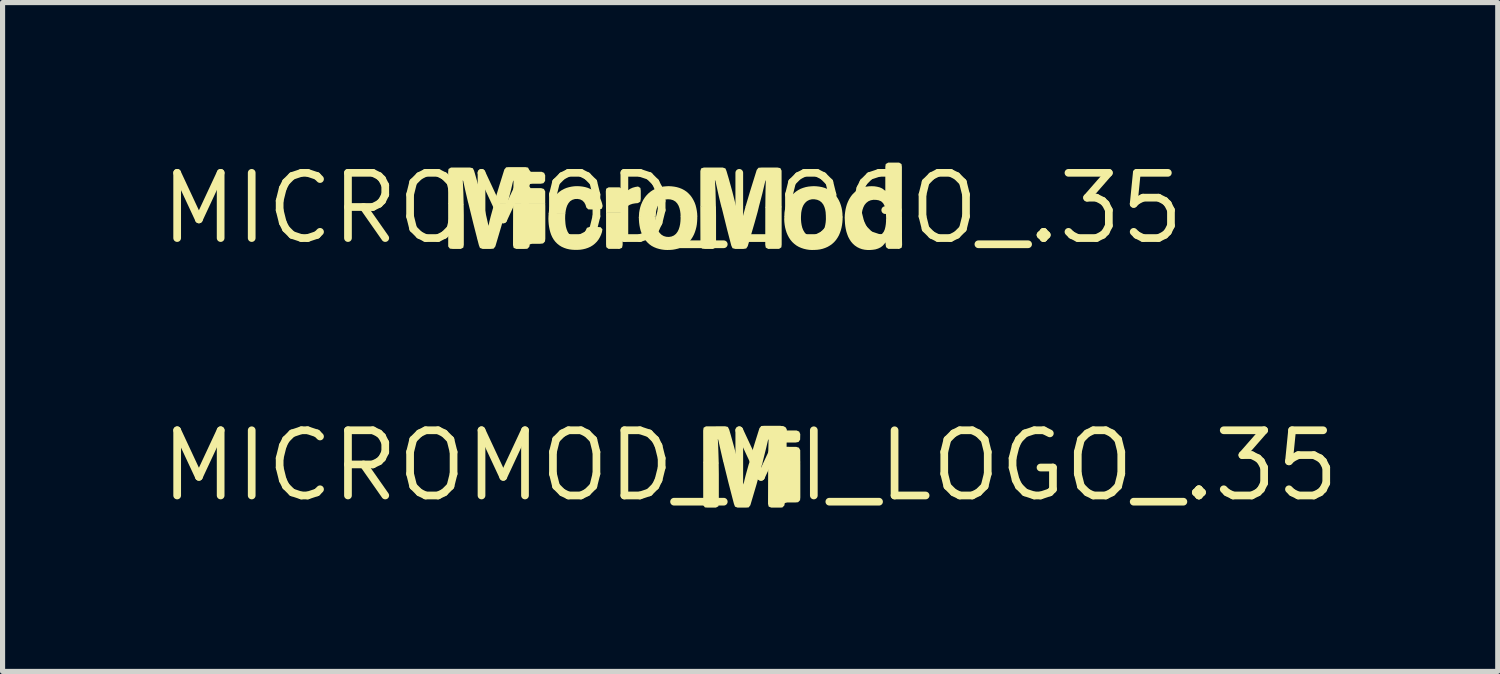
<source format=kicad_pcb>
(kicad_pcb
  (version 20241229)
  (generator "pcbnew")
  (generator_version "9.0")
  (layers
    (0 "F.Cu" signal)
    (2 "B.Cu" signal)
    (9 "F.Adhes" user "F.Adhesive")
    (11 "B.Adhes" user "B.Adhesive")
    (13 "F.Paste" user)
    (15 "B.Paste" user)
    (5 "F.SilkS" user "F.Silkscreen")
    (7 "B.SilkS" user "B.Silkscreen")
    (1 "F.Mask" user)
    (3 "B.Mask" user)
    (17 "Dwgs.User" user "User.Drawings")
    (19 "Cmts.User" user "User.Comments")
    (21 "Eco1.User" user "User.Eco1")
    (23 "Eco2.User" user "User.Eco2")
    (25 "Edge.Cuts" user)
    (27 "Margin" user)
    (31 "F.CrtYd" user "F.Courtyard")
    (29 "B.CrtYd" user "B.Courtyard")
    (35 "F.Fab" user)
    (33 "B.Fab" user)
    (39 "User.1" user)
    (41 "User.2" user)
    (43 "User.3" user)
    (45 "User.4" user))
  (footprint "MICROMOD_MI_LOGO_.35"
    (layer "F.Cu")
    (at 11.558 6.019)
    (property "Reference" "MICROMOD_MI_LOGO_.35" (at 0 0 0) (layer "F.SilkS") (effects (font (size 1.27 1.27) (thickness 0.15))))
    (fp_poly (pts (xy -0.613 -0.051) (xy -0.61 0.161) (xy -0.61 0.738) (xy -0.62 0.792) (xy -0.668 0.816) (xy -0.826 0.816) (xy -0.881 0.812) (xy -0.914 0.769) (xy -0.915 -0.076) (xy -0.646 -0.076)) (stroke (width 0) (type default)) (fill yes) (layer "F.SilkS"))
    (fp_poly (pts (xy 0.389 -0.076) (xy 0.976 -0.076) (xy 0.977 -0.018) (xy 0.977 0.617) (xy 0.972 0.672) (xy 0.933 0.711) (xy 0.879 0.716) (xy 0.72 0.716) (xy 0.675 0.727) (xy 0.665 0.776) (xy 0.626 0.814) (xy 0.572 0.816) (xy 0.412 0.816) (xy 0.361 0.796) (xy 0.348 0.743) (xy 0.351 -0.082)) (stroke (width 0) (type default)) (fill yes) (layer "F.SilkS"))
    (fp_poly (pts (xy -0.434 -0.755) (xy -0.409 -0.706) (xy -0.379 -0.603) (xy -0.308 -0.348) (xy -0.235 -0.071) (xy -0.274 -0.065) (xy -0.488 -0.065) (xy -0.527 -0.089) (xy -0.587 -0.35) (xy -0.621 -0.504) (xy -0.63 -0.522) (xy -0.625 -0.438) (xy -0.619 -0.279) (xy -0.614 -0.12) (xy -0.612 -0.044) (xy -0.888 -0.065) (xy -0.914 -0.065) (xy -0.915 -0.685) (xy -0.907 -0.74) (xy -0.86 -0.767) (xy -0.487 -0.768)) (stroke (width 0) (type default)) (fill yes) (layer "F.SilkS"))
    (fp_poly (pts (xy -0.235 -0.075) (xy -0.219 -0.021) (xy -0.194 0.082) (xy -0.129 0.367) (xy -0.112 0.285) (xy -0.086 0.182) (xy -0.029 -0.023) (xy -0.011 -0.076) (xy 0.207 -0.076) (xy 0.239 -0.054) (xy 0.125 0.36) (xy 0.004 0.769) (xy -0.029 0.812) (xy -0.084 0.816) (xy -0.245 0.816) (xy -0.295 0.797) (xy -0.315 0.745) (xy -0.342 0.642) (xy -0.422 0.333) (xy -0.511 -0.028) (xy -0.527 -0.093)) (stroke (width 0) (type default)) (fill yes) (layer "F.SilkS"))
    (fp_poly (pts (xy 0.642 -0.767) (xy 0.665 -0.719) (xy 0.694 -0.686) (xy 0.904 -0.686) (xy 0.955 -0.665) (xy 0.976 -0.615) (xy 0.973 -0.506) (xy 0.941 -0.462) (xy 0.887 -0.452) (xy 0.728 -0.452) (xy 0.68 -0.448) (xy 0.666 -0.405) (xy 0.688 -0.368) (xy 0.897 -0.367) (xy 0.949 -0.351) (xy 0.975 -0.303) (xy 0.976 -0.068) (xy 0.937 -0.066) (xy 0.35 -0.066) (xy 0.353 -0.282) (xy 0.358 -0.493) (xy 0.357 -0.518) (xy 0.347 -0.495) (xy 0.311 -0.341) (xy 0.236 -0.041) (xy 0.198 -0.066) (xy -0.012 -0.071) (xy -0.001 -0.128) (xy 0.009 -0.174) (xy 0.086 -0.428) (xy 0.181 -0.731) (xy 0.216 -0.773) (xy 0.27 -0.777) (xy 0.588 -0.777)) (stroke (width 0) (type default)) (fill yes) (layer "F.SilkS")))
  (footprint "MICROMOD_LOGO_.35"
    (layer "F.Cu")
    (at 10.046 1.006)
    (property "Reference" "MICROMOD_LOGO_.35" (at 0 0 0) (layer "F.SilkS") (effects (font (size 1.27 1.27) (thickness 0.15))))
    (fp_poly (pts (xy 2.126 0.706) (xy 2.12 0.76) (xy 2.076 0.79) (xy 1.864 0.791) (xy 1.816 0.766) (xy 1.806 0.712) (xy 1.807 -0.026) (xy 1.858 -0.033) (xy 2.125 -0.033)) (stroke (width 0) (type default)) (fill yes) (layer "F.SilkS"))
    (fp_poly (pts (xy -4.067 -0.076) (xy -4.064 0.136) (xy -4.064 0.713) (xy -4.074 0.766) (xy -4.122 0.791) (xy -4.281 0.791) (xy -4.335 0.786) (xy -4.368 0.744) (xy -4.369 -0.101) (xy -4.1 -0.101)) (stroke (width 0) (type default)) (fill yes) (layer "F.SilkS"))
    (fp_poly (pts (xy 0.577 -0.033) (xy 0.846 -0.033) (xy 0.848 0.131) (xy 0.848 0.714) (xy 0.838 0.767) (xy 0.789 0.791) (xy 0.629 0.791) (xy 0.574 0.785) (xy 0.544 0.74) (xy 0.541 -0.045)) (stroke (width 0) (type default)) (fill yes) (layer "F.SilkS"))
    (fp_poly (pts (xy -0.963 0.134) (xy -0.969 0.187) (xy -0.971 0.239) (xy -0.971 0.715) (xy -0.983 0.769) (xy -1.032 0.791) (xy -1.247 0.79) (xy -1.29 0.757) (xy -1.294 0.702) (xy -1.294 0.12) (xy -1.279 0.077) (xy -0.952 0.077)) (stroke (width 0) (type default)) (fill yes) (layer "F.SilkS"))
    (fp_poly (pts (xy -3.065 -0.101) (xy -2.479 -0.101) (xy -2.477 -0.043) (xy -2.477 0.592) (xy -2.483 0.646) (xy -2.521 0.685) (xy -2.576 0.691) (xy -2.734 0.691) (xy -2.779 0.702) (xy -2.789 0.751) (xy -2.828 0.789) (xy -2.883 0.791) (xy -3.043 0.791) (xy -3.093 0.771) (xy -3.106 0.718) (xy -3.104 -0.107)) (stroke (width 0) (type default)) (fill yes) (layer "F.SilkS"))
    (fp_poly (pts (xy 2.1 -0.782) (xy 2.124 -0.733) (xy 2.125 -0.019) (xy 2.084 -0.022) (xy 1.822 -0.022) (xy 1.807 -0.009) (xy 1.811 -0.335) (xy 1.816 -0.541) (xy 1.809 -0.54) (xy 1.749 -0.286) (xy 1.681 -0.027) (xy 1.628 -0.022) (xy 1.468 -0.022) (xy 1.422 -0.033) (xy 1.514 -0.342) (xy 1.64 -0.747) (xy 1.674 -0.789) (xy 1.729 -0.793) (xy 2.047 -0.793)) (stroke (width 0) (type default)) (fill yes) (layer "F.SilkS"))
    (fp_poly (pts (xy 1.03 -0.776) (xy 1.051 -0.726) (xy 1.096 -0.574) (xy 1.166 -0.321) (xy 1.243 -0.017) (xy 1.221 -0.023) (xy 0.955 -0.023) (xy 0.94 -0.076) (xy 0.903 -0.229) (xy 0.835 -0.536) (xy 0.826 -0.547) (xy 0.837 -0.354) (xy 0.845 -0.021) (xy 0.797 -0.023) (xy 0.586 -0.023) (xy 0.542 -0.037) (xy 0.542 -0.725) (xy 0.558 -0.777) (xy 0.609 -0.793) (xy 0.979 -0.793)) (stroke (width 0) (type default)) (fill yes) (layer "F.SilkS"))
    (fp_poly (pts (xy -3.888 -0.78) (xy -3.864 -0.731) (xy -3.834 -0.629) (xy -3.762 -0.373) (xy -3.69 -0.096) (xy -3.728 -0.091) (xy -3.942 -0.091) (xy -3.981 -0.114) (xy -4.042 -0.375) (xy -4.075 -0.53) (xy -4.085 -0.547) (xy -4.08 -0.463) (xy -4.073 -0.304) (xy -4.069 -0.145) (xy -4.067 -0.07) (xy -4.342 -0.091) (xy -4.369 -0.09) (xy -4.369 -0.711) (xy -4.362 -0.765) (xy -4.315 -0.793) (xy -3.941 -0.793)) (stroke (width 0) (type default)) (fill yes) (layer "F.SilkS"))
    (fp_poly (pts (xy -3.69 -0.101) (xy -3.673 -0.046) (xy -3.648 0.057) (xy -3.583 0.342) (xy -3.566 0.26) (xy -3.54 0.157) (xy -3.483 -0.048) (xy -3.466 -0.101) (xy -3.248 -0.101) (xy -3.215 -0.079) (xy -3.329 0.334) (xy -3.45 0.743) (xy -3.484 0.786) (xy -3.538 0.791) (xy -3.699 0.791) (xy -3.75 0.772) (xy -3.77 0.72) (xy -3.797 0.617) (xy -3.876 0.308) (xy -3.965 -0.054) (xy -3.981 -0.119)) (stroke (width 0) (type default)) (fill yes) (layer "F.SilkS"))
    (fp_poly (pts (xy 1.466 -0.033) (xy 1.683 -0.033) (xy 1.656 0.076) (xy 1.599 0.28) (xy 1.465 0.738) (xy 1.435 0.783) (xy 1.381 0.791) (xy 1.221 0.791) (xy 1.168 0.777) (xy 1.145 0.727) (xy 1.065 0.42) (xy 0.976 0.06) (xy 0.953 -0.032) (xy 0.976 -0.033) (xy 1.188 -0.033) (xy 1.242 -0.028) (xy 1.291 0.181) (xy 1.324 0.335) (xy 1.328 0.337) (xy 1.337 0.292) (xy 1.362 0.189) (xy 1.426 -0.047)) (stroke (width 0) (type default)) (fill yes) (layer "F.SilkS"))
    (fp_poly (pts (xy -0.625 -0.396) (xy -0.618 -0.341) (xy -0.618 -0.182) (xy -0.627 -0.128) (xy -0.674 -0.101) (xy -0.727 -0.096) (xy -0.779 -0.087) (xy -0.828 -0.07) (xy -0.873 -0.044) (xy -0.91 -0.009) (xy -0.937 0.035) (xy -0.957 0.087) (xy -1.274 0.087) (xy -1.294 0.156) (xy -1.297 -0.221) (xy -1.297 -0.221) (xy -1.299 -0.327) (xy -1.292 -0.381) (xy -1.244 -0.408) (xy -1.03 -0.408) (xy -0.986 -0.375) (xy -0.979 -0.32) (xy -0.977 -0.224) (xy -0.971 -0.228) (xy -0.944 -0.273) (xy -0.91 -0.314) (xy -0.87 -0.349) (xy -0.825 -0.379) (xy -0.776 -0.401) (xy -0.725 -0.415) (xy -0.671 -0.424)) (stroke (width 0) (type default)) (fill yes) (layer "F.SilkS"))
    (fp_poly (pts (xy -2.813 -0.792) (xy -2.789 -0.745) (xy -2.76 -0.711) (xy -2.55 -0.711) (xy -2.5 -0.69) (xy -2.479 -0.64) (xy -2.481 -0.532) (xy -2.514 -0.488) (xy -2.567 -0.478) (xy -2.726 -0.478) (xy -2.775 -0.473) (xy -2.788 -0.431) (xy -2.766 -0.393) (xy -2.557 -0.392) (xy -2.505 -0.376) (xy -2.479 -0.328) (xy -2.479 -0.094) (xy -2.517 -0.091) (xy -3.104 -0.091) (xy -3.101 -0.307) (xy -3.096 -0.518) (xy -3.098 -0.544) (xy -3.107 -0.52) (xy -3.143 -0.366) (xy -3.219 -0.066) (xy -3.256 -0.091) (xy -3.467 -0.096) (xy -3.456 -0.153) (xy -3.446 -0.2) (xy -3.369 -0.453) (xy -3.274 -0.757) (xy -3.239 -0.798) (xy -3.184 -0.802) (xy -2.866 -0.802)) (stroke (width 0) (type default)) (fill yes) (layer "F.SilkS"))
    (fp_poly (pts (xy -1.805 -0.429) (xy -1.753 -0.423) (xy -1.701 -0.413) (xy -1.65 -0.398) (xy -1.601 -0.377) (xy -1.554 -0.351) (xy -1.512 -0.319) (xy -1.473 -0.282) (xy -1.44 -0.241) (xy -1.412 -0.196) (xy -1.389 -0.148) (xy -1.372 -0.097) (xy -1.36 -0.044) (xy -1.376 0.008) (xy -1.428 0.023) (xy -1.586 0.023) (xy -1.641 0.021) (xy -1.679 -0.016) (xy -1.694 -0.068) (xy -1.718 -0.113) (xy -1.754 -0.15) (xy -1.799 -0.173) (xy -1.849 -0.182) (xy -1.901 -0.18) (xy -1.95 -0.165) (xy -1.993 -0.138) (xy -2.026 -0.099) (xy -2.051 -0.054) (xy -2.068 -0.005) (xy -2.079 0.046) (xy -2.087 0.102) (xy -2.412 0.103) (xy -2.405 0.045) (xy -2.395 -0.007) (xy -2.38 -0.058) (xy -2.362 -0.108) (xy -2.339 -0.156) (xy -2.312 -0.202) (xy -2.281 -0.245) (xy -2.245 -0.284) (xy -2.206 -0.319) (xy -2.162 -0.35) (xy -2.116 -0.375) (xy -2.067 -0.396) (xy -2.016 -0.411) (xy -1.964 -0.422) (xy -1.911 -0.429) (xy -1.858 -0.431)) (stroke (width 0) (type default)) (fill yes) (layer "F.SilkS"))
    (fp_poly (pts (xy 4.46 -0.86) (xy 4.467 -0.805) (xy 4.466 0.191) (xy 4.445 0.19) (xy 4.183 0.19) (xy 4.161 0.214) (xy 4.156 0.097) (xy 4.151 0.044) (xy 4.142 -0.007) (xy 4.125 -0.057) (xy 4.1 -0.101) (xy 4.062 -0.136) (xy 4.014 -0.156) (xy 3.963 -0.164) (xy 3.911 -0.165) (xy 3.86 -0.156) (xy 3.813 -0.136) (xy 3.772 -0.104) (xy 3.739 -0.064) (xy 3.716 -0.018) (xy 3.699 0.032) (xy 3.689 0.083) (xy 3.683 0.234) (xy 3.409 0.191) (xy 3.353 0.189) (xy 3.355 0.131) (xy 3.361 0.078) (xy 3.369 0.025) (xy 3.381 -0.027) (xy 3.396 -0.078) (xy 3.416 -0.128) (xy 3.439 -0.175) (xy 3.467 -0.221) (xy 3.499 -0.264) (xy 3.536 -0.302) (xy 3.577 -0.337) (xy 3.622 -0.366) (xy 3.669 -0.39) (xy 3.72 -0.409) (xy 3.772 -0.421) (xy 3.825 -0.428) (xy 3.878 -0.43) (xy 3.931 -0.428) (xy 3.984 -0.42) (xy 4.036 -0.407) (xy 4.085 -0.385) (xy 4.144 -0.34) (xy 4.144 -0.807) (xy 4.152 -0.862) (xy 4.199 -0.889) (xy 4.414 -0.889)) (stroke (width 0) (type default)) (fill yes) (layer "F.SilkS"))
    (fp_poly (pts (xy -2.09 0.15) (xy -2.091 0.203) (xy -2.088 0.255) (xy -2.084 0.307) (xy -2.076 0.358) (xy -2.062 0.408) (xy -2.043 0.456) (xy -2.016 0.5) (xy -1.978 0.534) (xy -1.932 0.556) (xy -1.882 0.564) (xy -1.831 0.562) (xy -1.782 0.547) (xy -1.741 0.517) (xy -1.711 0.476) (xy -1.666 0.38) (xy -1.614 0.365) (xy -1.456 0.365) (xy -1.401 0.368) (xy -1.365 0.409) (xy -1.374 0.463) (xy -1.391 0.513) (xy -1.413 0.561) (xy -1.44 0.607) (xy -1.472 0.649) (xy -1.51 0.687) (xy -1.551 0.72) (xy -1.596 0.748) (xy -1.645 0.77) (xy -1.695 0.787) (xy -1.746 0.799) (xy -1.799 0.807) (xy -1.851 0.81) (xy -1.904 0.81) (xy -1.957 0.807) (xy -2.009 0.8) (xy -2.061 0.788) (xy -2.111 0.771) (xy -2.16 0.749) (xy -2.205 0.721) (xy -2.246 0.688) (xy -2.283 0.65) (xy -2.315 0.608) (xy -2.342 0.562) (xy -2.364 0.513) (xy -2.381 0.463) (xy -2.394 0.412) (xy -2.404 0.36) (xy -2.411 0.308) (xy -2.415 0.255) (xy -2.417 0.203) (xy -2.415 0.15) (xy -2.411 0.093) (xy -2.086 0.093)) (stroke (width 0) (type default)) (fill yes) (layer "F.SilkS"))
    (fp_poly (pts (xy 4.469 0.607) (xy 4.471 0.712) (xy 4.463 0.766) (xy 4.415 0.791) (xy 4.201 0.79) (xy 4.158 0.757) (xy 4.15 0.703) (xy 4.148 0.664) (xy 4.13 0.688) (xy 4.095 0.728) (xy 4.052 0.761) (xy 4.004 0.784) (xy 3.953 0.8) (xy 3.901 0.808) (xy 3.848 0.812) (xy 3.795 0.812) (xy 3.742 0.807) (xy 3.69 0.796) (xy 3.64 0.778) (xy 3.592 0.754) (xy 3.548 0.723) (xy 3.509 0.687) (xy 3.475 0.647) (xy 3.446 0.602) (xy 3.421 0.555) (xy 3.402 0.505) (xy 3.386 0.455) (xy 3.374 0.403) (xy 3.365 0.351) (xy 3.359 0.298) (xy 3.353 0.188) (xy 3.404 0.18) (xy 3.672 0.18) (xy 3.684 0.227) (xy 3.688 0.28) (xy 3.697 0.331) (xy 3.71 0.382) (xy 3.73 0.43) (xy 3.757 0.473) (xy 3.793 0.51) (xy 3.838 0.535) (xy 3.888 0.548) (xy 3.939 0.549) (xy 3.991 0.543) (xy 4.039 0.527) (xy 4.081 0.498) (xy 4.113 0.458) (xy 4.134 0.41) (xy 4.146 0.36) (xy 4.154 0.308) (xy 4.158 0.256) (xy 4.159 0.201) (xy 4.197 0.18) (xy 4.467 0.18)) (stroke (width 0) (type default)) (fill yes) (layer "F.SilkS"))
    (fp_poly (pts (xy -0.022 -0.428) (xy 0.03 -0.422) (xy 0.083 -0.412) (xy 0.134 -0.397) (xy 0.184 -0.377) (xy 0.231 -0.352) (xy 0.275 -0.322) (xy 0.315 -0.286) (xy 0.351 -0.247) (xy 0.382 -0.204) (xy 0.409 -0.157) (xy 0.432 -0.109) (xy 0.45 -0.059) (xy 0.463 -0.007) (xy 0.473 0.045) (xy 0.48 0.098) (xy 0.483 0.156) (xy 0.427 0.159) (xy 0.158 0.159) (xy 0.155 0.101) (xy 0.148 0.049) (xy 0.136 -0.002) (xy 0.118 -0.05) (xy 0.091 -0.095) (xy 0.056 -0.132) (xy 0.011 -0.158) (xy -0.038 -0.172) (xy -0.09 -0.176) (xy -0.141 -0.17) (xy -0.19 -0.153) (xy -0.232 -0.123) (xy -0.265 -0.084) (xy -0.29 -0.038) (xy -0.308 0.011) (xy -0.32 0.062) (xy -0.33 0.207) (xy -0.35 0.159) (xy -0.61 0.159) (xy -0.656 0.183) (xy -0.65 0.086) (xy -0.641 0.034) (xy -0.629 -0.018) (xy -0.613 -0.069) (xy -0.592 -0.118) (xy -0.568 -0.166) (xy -0.539 -0.211) (xy -0.506 -0.252) (xy -0.468 -0.291) (xy -0.427 -0.325) (xy -0.383 -0.354) (xy -0.335 -0.379) (xy -0.286 -0.398) (xy -0.234 -0.413) (xy -0.182 -0.423) (xy -0.129 -0.428) (xy -0.076 -0.431)) (stroke (width 0) (type default)) (fill yes) (layer "F.SilkS"))
    (fp_poly (pts (xy 2.807 -0.428) (xy 2.86 -0.422) (xy 2.913 -0.412) (xy 2.964 -0.397) (xy 3.013 -0.377) (xy 3.06 -0.352) (xy 3.104 -0.321) (xy 3.145 -0.286) (xy 3.181 -0.246) (xy 3.212 -0.203) (xy 3.239 -0.157) (xy 3.261 -0.109) (xy 3.279 -0.058) (xy 3.293 -0.007) (xy 3.303 0.046) (xy 3.309 0.099) (xy 3.312 0.175) (xy 3.27 0.173) (xy 3.006 0.173) (xy 2.988 0.176) (xy 2.982 0.075) (xy 2.973 0.024) (xy 2.958 -0.026) (xy 2.936 -0.073) (xy 2.904 -0.114) (xy 2.864 -0.146) (xy 2.816 -0.166) (xy 2.765 -0.175) (xy 2.713 -0.175) (xy 2.663 -0.163) (xy 2.618 -0.139) (xy 2.58 -0.104) (xy 2.55 -0.061) (xy 2.529 -0.014) (xy 2.515 0.037) (xy 2.506 0.088) (xy 2.501 0.175) (xy 2.47 0.172) (xy 2.205 0.172) (xy 2.177 0.169) (xy 2.18 0.087) (xy 2.188 0.034) (xy 2.201 -0.018) (xy 2.217 -0.069) (xy 2.237 -0.118) (xy 2.262 -0.165) (xy 2.291 -0.21) (xy 2.324 -0.252) (xy 2.361 -0.29) (xy 2.402 -0.324) (xy 2.447 -0.354) (xy 2.494 -0.379) (xy 2.544 -0.398) (xy 2.595 -0.413) (xy 2.648 -0.423) (xy 2.701 -0.428) (xy 2.754 -0.431)) (stroke (width 0) (type default)) (fill yes) (layer "F.SilkS"))
    (fp_poly (pts (xy 3.312 0.22) (xy 3.308 0.273) (xy 3.301 0.325) (xy 3.291 0.377) (xy 3.278 0.428) (xy 3.261 0.478) (xy 3.24 0.527) (xy 3.214 0.573) (xy 3.184 0.617) (xy 3.149 0.657) (xy 3.11 0.693) (xy 3.067 0.724) (xy 3.021 0.751) (xy 2.973 0.772) (xy 2.923 0.789) (xy 2.871 0.801) (xy 2.819 0.808) (xy 2.766 0.811) (xy 2.713 0.812) (xy 2.66 0.809) (xy 2.608 0.801) (xy 2.557 0.789) (xy 2.506 0.772) (xy 2.458 0.751) (xy 2.412 0.724) (xy 2.37 0.692) (xy 2.331 0.656) (xy 2.297 0.615) (xy 2.268 0.571) (xy 2.243 0.524) (xy 2.222 0.475) (xy 2.206 0.425) (xy 2.193 0.374) (xy 2.184 0.322) (xy 2.178 0.269) (xy 2.175 0.216) (xy 2.178 0.162) (xy 2.446 0.162) (xy 2.501 0.165) (xy 2.502 0.222) (xy 2.506 0.274) (xy 2.514 0.326) (xy 2.526 0.376) (xy 2.545 0.424) (xy 2.571 0.469) (xy 2.605 0.507) (xy 2.647 0.536) (xy 2.695 0.553) (xy 2.747 0.558) (xy 2.798 0.553) (xy 2.846 0.536) (xy 2.888 0.507) (xy 2.921 0.468) (xy 2.945 0.423) (xy 2.963 0.374) (xy 2.975 0.323) (xy 2.983 0.272) (xy 2.987 0.22) (xy 2.987 0.162) (xy 3.313 0.162)) (stroke (width 0) (type default)) (fill yes) (layer "F.SilkS"))
    (fp_poly (pts (xy 0.482 0.206) (xy 0.479 0.259) (xy 0.474 0.312) (xy 0.465 0.364) (xy 0.452 0.415) (xy 0.436 0.465) (xy 0.416 0.514) (xy 0.391 0.561) (xy 0.362 0.606) (xy 0.329 0.647) (xy 0.291 0.684) (xy 0.249 0.717) (xy 0.204 0.745) (xy 0.156 0.767) (xy 0.106 0.785) (xy 0.055 0.798) (xy 0.003 0.807) (xy -0.05 0.811) (xy -0.103 0.812) (xy -0.156 0.81) (xy -0.208 0.803) (xy -0.26 0.792) (xy -0.311 0.777) (xy -0.36 0.757) (xy -0.407 0.732) (xy -0.45 0.701) (xy -0.489 0.665) (xy -0.524 0.625) (xy -0.555 0.582) (xy -0.581 0.536) (xy -0.602 0.487) (xy -0.62 0.437) (xy -0.633 0.386) (xy -0.643 0.334) (xy -0.65 0.282) (xy -0.654 0.229) (xy -0.656 0.174) (xy -0.622 0.149) (xy -0.355 0.149) (xy -0.329 0.181) (xy -0.327 0.235) (xy -0.322 0.287) (xy -0.313 0.338) (xy -0.299 0.388) (xy -0.279 0.436) (xy -0.251 0.479) (xy -0.215 0.515) (xy -0.171 0.541) (xy -0.122 0.555) (xy -0.07 0.558) (xy -0.02 0.55) (xy 0.027 0.53) (xy 0.067 0.498) (xy 0.098 0.457) (xy 0.121 0.411) (xy 0.137 0.361) (xy 0.148 0.31) (xy 0.154 0.259) (xy 0.157 0.207) (xy 0.157 0.149) (xy 0.482 0.149)) (stroke (width 0) (type default)) (fill yes) (layer "F.SilkS")))
  (gr_rect
    (start -3 -3)
    (end 26.116 10.025)
    (stroke (width 0.1) (type default))
    (fill no)
    (layer "Edge.Cuts")))
</source>
